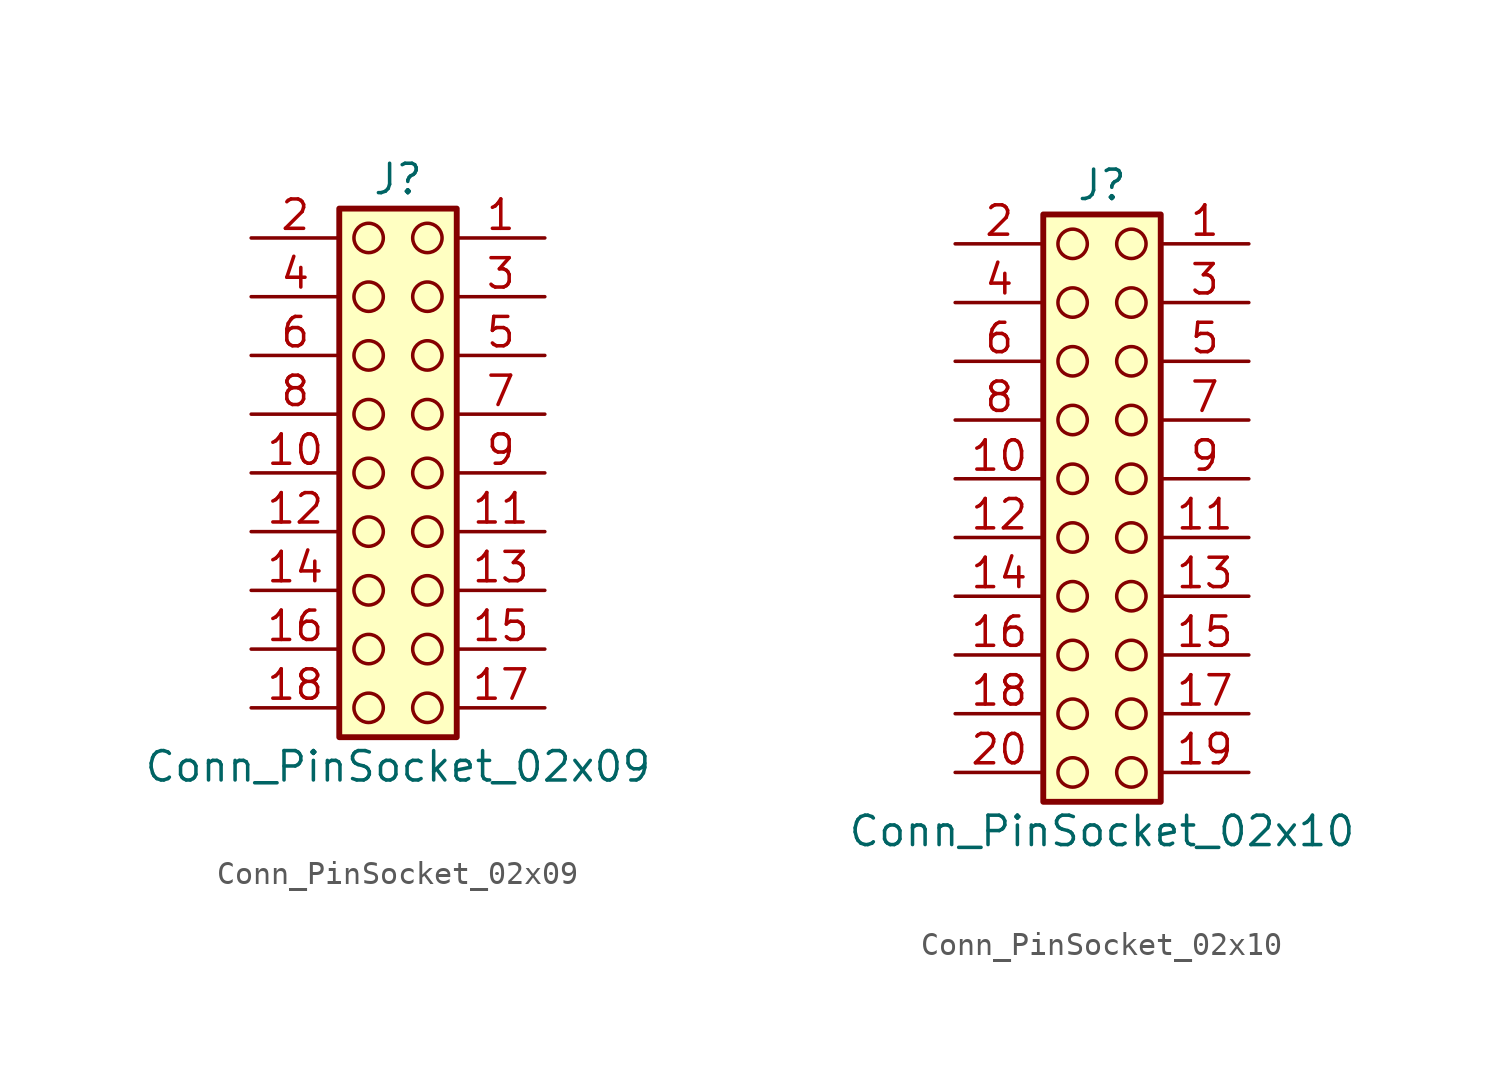
<source format=kicad_sym>
(kicad_symbol_lib
  (version 20241209)
  (generator "kicad_symbol_editor")
  (generator_version "9.0")
  (symbol "Conn_PinSocket_02x09"
    (pin_names
      (offset 1.016)
      (hide yes))
    (property "Reference" "J"
      (at 1.27 12.7 0)
      (effects (font (size 1.27 1.27))))
    (property "Value" "Conn_PinSocket_02x09"
      (at 1.27 -12.7 0)
      (effects (font (size 1.27 1.27))))
    (symbol "Conn_PinSocket_02x09_1_1"
      (rectangle (start -1.27 11.43) (end 3.81 -11.43) (stroke (width 0.254) (type default)) (fill (type background)))
      (circle (center 0 10.16) (radius 0.635) (stroke (width 0) (type solid) (color 132 0 0 1)) (fill (type none)))
      (circle (center 0 7.62) (radius 0.635) (stroke (width 0) (type solid) (color 132 0 0 1)) (fill (type none)))
      (circle (center 0 5.08) (radius 0.635) (stroke (width 0) (type solid) (color 132 0 0 1)) (fill (type none)))
      (circle (center 0 2.54) (radius 0.635) (stroke (width 0) (type solid) (color 132 0 0 1)) (fill (type none)))
      (circle (center 0 0) (radius 0.635) (stroke (width 0) (type solid) (color 132 0 0 1)) (fill (type none)))
      (circle (center 0 -2.54) (radius 0.635) (stroke (width 0) (type solid) (color 132 0 0 1)) (fill (type none)))
      (circle (center 0 -5.08) (radius 0.635) (stroke (width 0) (type solid) (color 132 0 0 1)) (fill (type none)))
      (circle (center 0 -7.62) (radius 0.635) (stroke (width 0) (type solid) (color 132 0 0 1)) (fill (type none)))
      (circle (center 0 -10.16) (radius 0.635) (stroke (width 0) (type solid) (color 132 0 0 1)) (fill (type none)))
      (circle (center 2.54 10.16) (radius 0.635) (stroke (width 0) (type solid) (color 132 0 0 1)) (fill (type none)))
      (circle (center 2.54 7.62) (radius 0.635) (stroke (width 0) (type solid) (color 132 0 0 1)) (fill (type none)))
      (circle (center 2.54 5.08) (radius 0.635) (stroke (width 0) (type solid) (color 132 0 0 1)) (fill (type none)))
      (circle (center 2.54 2.54) (radius 0.635) (stroke (width 0) (type solid) (color 132 0 0 1)) (fill (type none)))
      (circle (center 2.54 0) (radius 0.635) (stroke (width 0) (type solid) (color 132 0 0 1)) (fill (type none)))
      (circle (center 2.54 -2.54) (radius 0.635) (stroke (width 0) (type solid) (color 132 0 0 1)) (fill (type none)))
      (circle (center 2.54 -5.08) (radius 0.635) (stroke (width 0) (type solid) (color 132 0 0 1)) (fill (type none)))
      (circle (center 2.54 -7.62) (radius 0.635) (stroke (width 0) (type solid) (color 132 0 0 1)) (fill (type none)))
      (circle (center 2.54 -10.16) (radius 0.635) (stroke (width 0) (type solid) (color 132 0 0 1)) (fill (type none)))
      (pin passive line (at -5.08 10.16 0) (length 3.81) (name "Pin_2" (effects (font (size 1.27 1.27)))) (number "2" (effects (font (size 1.27 1.27)))))
      (pin passive line (at -5.08 7.62 0) (length 3.81) (name "Pin_4" (effects (font (size 1.27 1.27)))) (number "4" (effects (font (size 1.27 1.27)))))
      (pin passive line (at -5.08 5.08 0) (length 3.81) (name "Pin_6" (effects (font (size 1.27 1.27)))) (number "6" (effects (font (size 1.27 1.27)))))
      (pin passive line (at -5.08 2.54 0) (length 3.81) (name "Pin_8" (effects (font (size 1.27 1.27)))) (number "8" (effects (font (size 1.27 1.27)))))
      (pin passive line (at -5.08 0 0) (length 3.81) (name "Pin_10" (effects (font (size 1.27 1.27)))) (number "10" (effects (font (size 1.27 1.27)))))
      (pin passive line (at -5.08 -2.54 0) (length 3.81) (name "Pin_12" (effects (font (size 1.27 1.27)))) (number "12" (effects (font (size 1.27 1.27)))))
      (pin passive line (at -5.08 -5.08 0) (length 3.81) (name "Pin_14" (effects (font (size 1.27 1.27)))) (number "14" (effects (font (size 1.27 1.27)))))
      (pin passive line (at -5.08 -7.62 0) (length 3.81) (name "Pin_16" (effects (font (size 1.27 1.27)))) (number "16" (effects (font (size 1.27 1.27)))))
      (pin passive line (at -5.08 -10.16 0) (length 3.81) (name "Pin_18" (effects (font (size 1.27 1.27)))) (number "18" (effects (font (size 1.27 1.27)))))
      (pin passive line (at 7.62 10.16 180) (length 3.81) (name "Pin_1" (effects (font (size 1.27 1.27)))) (number "1" (effects (font (size 1.27 1.27)))))
      (pin passive line (at 7.62 7.62 180) (length 3.81) (name "Pin_3" (effects (font (size 1.27 1.27)))) (number "3" (effects (font (size 1.27 1.27)))))
      (pin passive line (at 7.62 5.08 180) (length 3.81) (name "Pin_5" (effects (font (size 1.27 1.27)))) (number "5" (effects (font (size 1.27 1.27)))))
      (pin passive line (at 7.62 2.54 180) (length 3.81) (name "Pin_7" (effects (font (size 1.27 1.27)))) (number "7" (effects (font (size 1.27 1.27)))))
      (pin passive line (at 7.62 0 180) (length 3.81) (name "Pin_9" (effects (font (size 1.27 1.27)))) (number "9" (effects (font (size 1.27 1.27)))))
      (pin passive line (at 7.62 -2.54 180) (length 3.81) (name "Pin_11" (effects (font (size 1.27 1.27)))) (number "11" (effects (font (size 1.27 1.27)))))
      (pin passive line (at 7.62 -5.08 180) (length 3.81) (name "Pin_13" (effects (font (size 1.27 1.27)))) (number "13" (effects (font (size 1.27 1.27)))))
      (pin passive line (at 7.62 -7.62 180) (length 3.81) (name "Pin_15" (effects (font (size 1.27 1.27)))) (number "15" (effects (font (size 1.27 1.27)))))
      (pin passive line (at 7.62 -10.16 180) (length 3.81) (name "Pin_17" (effects (font (size 1.27 1.27)))) (number "17" (effects (font (size 1.27 1.27)))))))
  (symbol "Conn_PinSocket_02x10"
    (pin_names
      (offset 1.016)
      (hide yes))
    (property "Reference" "J"
      (at 1.27 12.7 0)
      (effects (font (size 1.27 1.27))))
    (property "Value" "Conn_PinSocket_02x10"
      (at 1.27 -15.24 0)
      (effects (font (size 1.27 1.27))))
    (symbol "Conn_PinSocket_02x10_1_1"
      (rectangle (start -1.27 11.43) (end 3.81 -13.97) (stroke (width 0.254) (type default)) (fill (type background)))
      (circle (center 0 10.16) (radius 0.635) (stroke (width 0) (type solid) (color 132 0 0 1)) (fill (type none)))
      (circle (center 0 7.62) (radius 0.635) (stroke (width 0) (type solid) (color 132 0 0 1)) (fill (type none)))
      (circle (center 0 5.08) (radius 0.635) (stroke (width 0) (type solid) (color 132 0 0 1)) (fill (type none)))
      (circle (center 0 2.54) (radius 0.635) (stroke (width 0) (type solid) (color 132 0 0 1)) (fill (type none)))
      (circle (center 0 0) (radius 0.635) (stroke (width 0) (type solid) (color 132 0 0 1)) (fill (type none)))
      (circle (center 0 -2.54) (radius 0.635) (stroke (width 0) (type solid) (color 132 0 0 1)) (fill (type none)))
      (circle (center 0 -5.08) (radius 0.635) (stroke (width 0) (type solid) (color 132 0 0 1)) (fill (type none)))
      (circle (center 0 -7.62) (radius 0.635) (stroke (width 0) (type solid) (color 132 0 0 1)) (fill (type none)))
      (circle (center 0 -10.16) (radius 0.635) (stroke (width 0) (type solid) (color 132 0 0 1)) (fill (type none)))
      (circle (center 0 -12.7) (radius 0.635) (stroke (width 0) (type solid) (color 132 0 0 1)) (fill (type none)))
      (circle (center 2.54 10.16) (radius 0.635) (stroke (width 0) (type solid) (color 132 0 0 1)) (fill (type none)))
      (circle (center 2.54 7.62) (radius 0.635) (stroke (width 0) (type solid) (color 132 0 0 1)) (fill (type none)))
      (circle (center 2.54 5.08) (radius 0.635) (stroke (width 0) (type solid) (color 132 0 0 1)) (fill (type none)))
      (circle (center 2.54 2.54) (radius 0.635) (stroke (width 0) (type solid) (color 132 0 0 1)) (fill (type none)))
      (circle (center 2.54 0) (radius 0.635) (stroke (width 0) (type solid) (color 132 0 0 1)) (fill (type none)))
      (circle (center 2.54 -2.54) (radius 0.635) (stroke (width 0) (type solid) (color 132 0 0 1)) (fill (type none)))
      (circle (center 2.54 -5.08) (radius 0.635) (stroke (width 0) (type solid) (color 132 0 0 1)) (fill (type none)))
      (circle (center 2.54 -7.62) (radius 0.635) (stroke (width 0) (type solid) (color 132 0 0 1)) (fill (type none)))
      (circle (center 2.54 -10.16) (radius 0.635) (stroke (width 0) (type solid) (color 132 0 0 1)) (fill (type none)))
      (circle (center 2.54 -12.7) (radius 0.635) (stroke (width 0) (type solid) (color 132 0 0 1)) (fill (type none)))
      (pin passive line (at -5.08 10.16 0) (length 3.81) (name "Pin_2" (effects (font (size 1.27 1.27)))) (number "2" (effects (font (size 1.27 1.27)))))
      (pin passive line (at -5.08 7.62 0) (length 3.81) (name "Pin_4" (effects (font (size 1.27 1.27)))) (number "4" (effects (font (size 1.27 1.27)))))
      (pin passive line (at -5.08 5.08 0) (length 3.81) (name "Pin_6" (effects (font (size 1.27 1.27)))) (number "6" (effects (font (size 1.27 1.27)))))
      (pin passive line (at -5.08 2.54 0) (length 3.81) (name "Pin_8" (effects (font (size 1.27 1.27)))) (number "8" (effects (font (size 1.27 1.27)))))
      (pin passive line (at -5.08 0 0) (length 3.81) (name "Pin_10" (effects (font (size 1.27 1.27)))) (number "10" (effects (font (size 1.27 1.27)))))
      (pin passive line (at -5.08 -2.54 0) (length 3.81) (name "Pin_12" (effects (font (size 1.27 1.27)))) (number "12" (effects (font (size 1.27 1.27)))))
      (pin passive line (at -5.08 -5.08 0) (length 3.81) (name "Pin_14" (effects (font (size 1.27 1.27)))) (number "14" (effects (font (size 1.27 1.27)))))
      (pin passive line (at -5.08 -7.62 0) (length 3.81) (name "Pin_16" (effects (font (size 1.27 1.27)))) (number "16" (effects (font (size 1.27 1.27)))))
      (pin passive line (at -5.08 -10.16 0) (length 3.81) (name "Pin_18" (effects (font (size 1.27 1.27)))) (number "18" (effects (font (size 1.27 1.27)))))
      (pin passive line (at -5.08 -12.7 0) (length 3.81) (name "Pin_20" (effects (font (size 1.27 1.27)))) (number "20" (effects (font (size 1.27 1.27)))))
      (pin passive line (at 7.62 10.16 180) (length 3.81) (name "Pin_1" (effects (font (size 1.27 1.27)))) (number "1" (effects (font (size 1.27 1.27)))))
      (pin passive line (at 7.62 7.62 180) (length 3.81) (name "Pin_3" (effects (font (size 1.27 1.27)))) (number "3" (effects (font (size 1.27 1.27)))))
      (pin passive line (at 7.62 5.08 180) (length 3.81) (name "Pin_5" (effects (font (size 1.27 1.27)))) (number "5" (effects (font (size 1.27 1.27)))))
      (pin passive line (at 7.62 2.54 180) (length 3.81) (name "Pin_7" (effects (font (size 1.27 1.27)))) (number "7" (effects (font (size 1.27 1.27)))))
      (pin passive line (at 7.62 0 180) (length 3.81) (name "Pin_9" (effects (font (size 1.27 1.27)))) (number "9" (effects (font (size 1.27 1.27)))))
      (pin passive line (at 7.62 -2.54 180) (length 3.81) (name "Pin_11" (effects (font (size 1.27 1.27)))) (number "11" (effects (font (size 1.27 1.27)))))
      (pin passive line (at 7.62 -5.08 180) (length 3.81) (name "Pin_13" (effects (font (size 1.27 1.27)))) (number "13" (effects (font (size 1.27 1.27)))))
      (pin passive line (at 7.62 -7.62 180) (length 3.81) (name "Pin_15" (effects (font (size 1.27 1.27)))) (number "15" (effects (font (size 1.27 1.27)))))
      (pin passive line (at 7.62 -10.16 180) (length 3.81) (name "Pin_17" (effects (font (size 1.27 1.27)))) (number "17" (effects (font (size 1.27 1.27)))))
      (pin passive line (at 7.62 -12.7 180) (length 3.81) (name "Pin_19" (effects (font (size 1.27 1.27)))) (number "19" (effects (font (size 1.27 1.27))))))))
</source>
